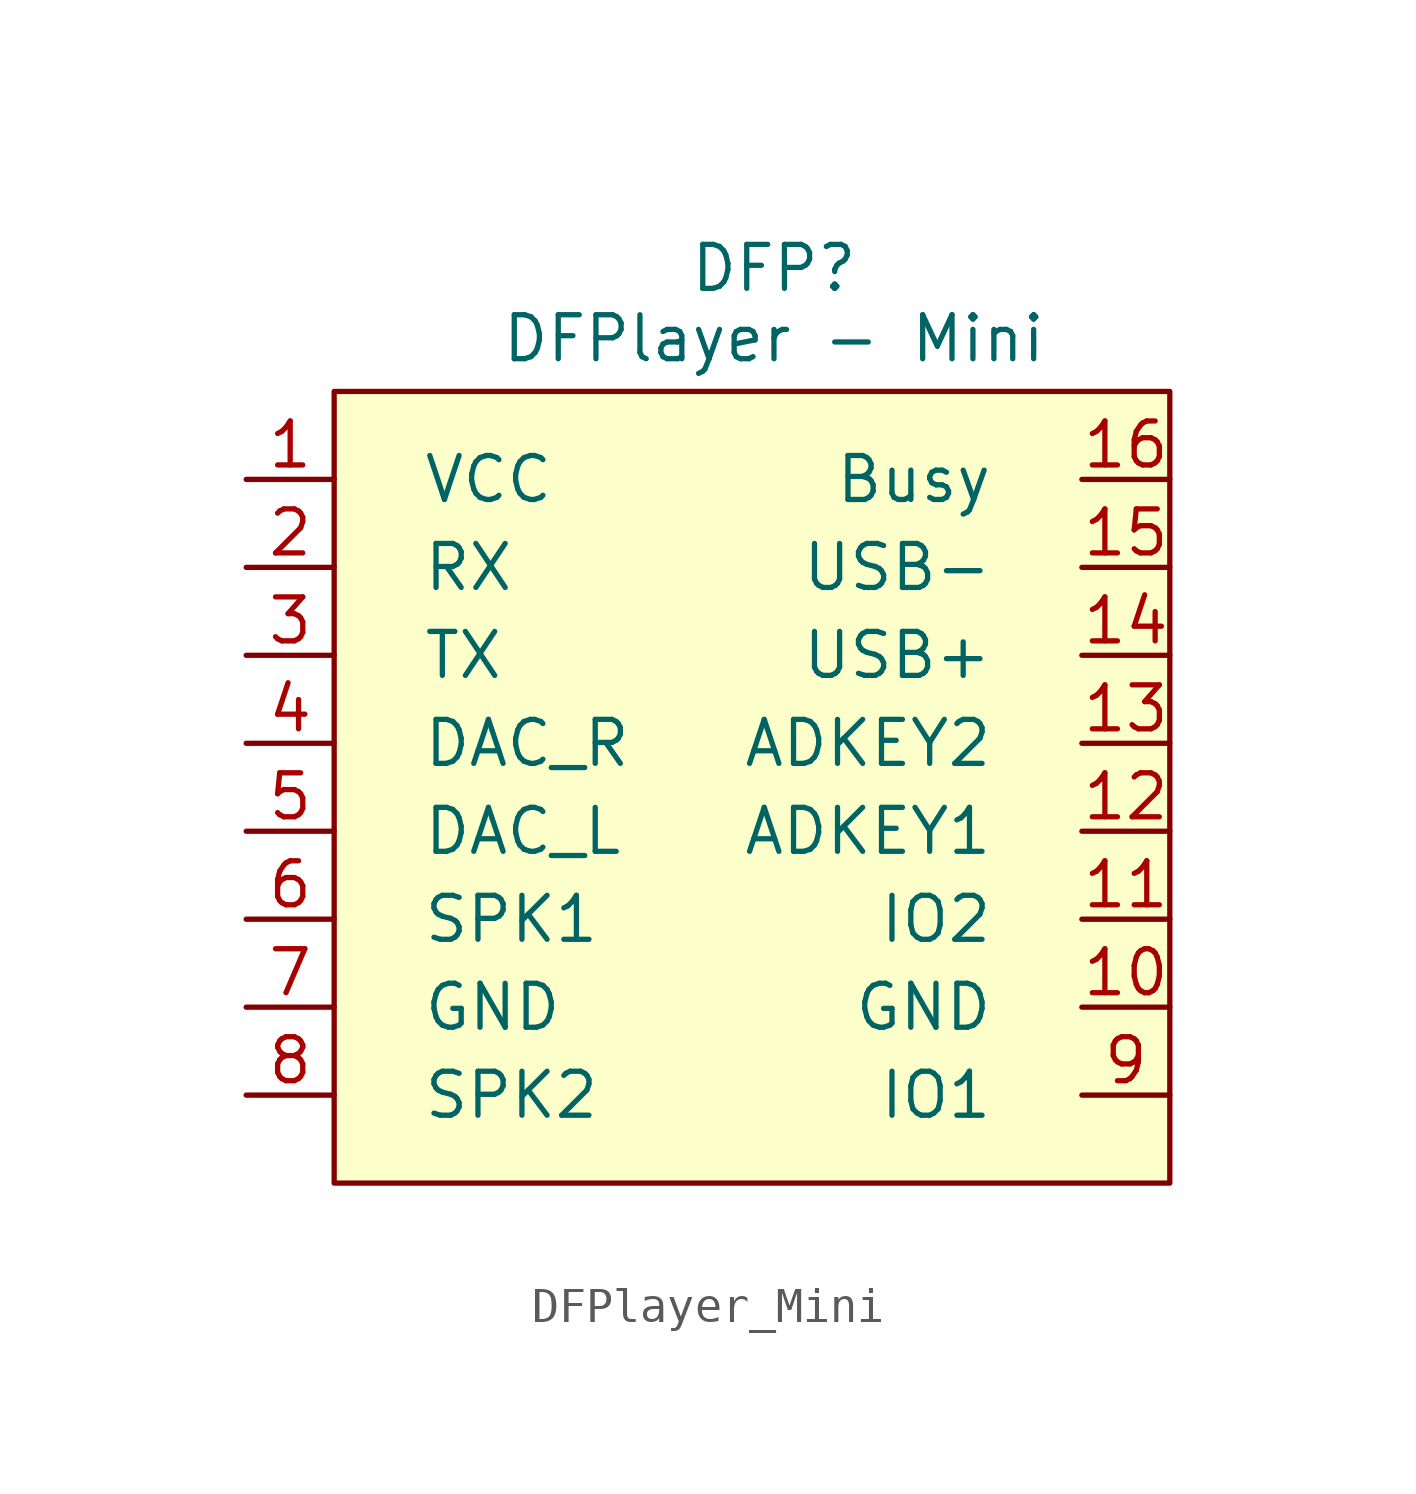
<source format=kicad_sym>
(kicad_symbol_lib
  (version 20241209)
  (generator "kicad_symbol_editor")
  (generator_version "9.0")
  (symbol "DFPlayer_Mini"
    (pin_names
      (offset 2.54))
    (property "Reference" "DFP"
      (at 0 3.556 0)
      (effects (font (size 1.27 1.27))))
    (property "Value" "DFPlayer - Mini"
      (at 0 1.524 0)
      (effects (font (size 1.27 1.27))))
    (symbol "DFPlayer_Mini_0_1"
      (rectangle (start -12.7 0) (end 11.43 -22.86) (stroke (width 0) (type default)) (fill (type color) (color 253 255 203 1))))
    (symbol "DFPlayer_Mini_1_1"
      (pin power_in line (at -15.24 -2.54 0) (length 2.54) (name "VCC" (effects (font (size 1.27 1.27)))) (number "1" (effects (font (size 1.27 1.27)))))
      (pin input line (at -15.24 -5.08 0) (length 2.54) (name "RX" (effects (font (size 1.27 1.27)))) (number "2" (effects (font (size 1.27 1.27)))))
      (pin output line (at -15.24 -7.62 0) (length 2.54) (name "TX" (effects (font (size 1.27 1.27)))) (number "3" (effects (font (size 1.27 1.27)))))
      (pin output line (at -15.24 -10.16 0) (length 2.54) (name "DAC_R" (effects (font (size 1.27 1.27)))) (number "4" (effects (font (size 1.27 1.27)))))
      (pin output line (at -15.24 -12.7 0) (length 2.54) (name "DAC_L" (effects (font (size 1.27 1.27)))) (number "5" (effects (font (size 1.27 1.27)))))
      (pin output line (at -15.24 -15.24 0) (length 2.54) (name "SPK1" (effects (font (size 1.27 1.27)))) (number "6" (effects (font (size 1.27 1.27)))))
      (pin power_in line (at -15.24 -17.78 0) (length 2.54) (name "GND" (effects (font (size 1.27 1.27)))) (number "7" (effects (font (size 1.27 1.27)))))
      (pin output line (at -15.24 -20.32 0) (length 2.54) (name "SPK2" (effects (font (size 1.27 1.27)))) (number "8" (effects (font (size 1.27 1.27)))))
      (pin output line (at 11.43 -2.54 180) (length 2.54) (name "Busy" (effects (font (size 1.27 1.27)))) (number "16" (effects (font (size 1.27 1.27)))))
      (pin power_out line (at 11.43 -5.08 180) (length 2.54) (name "USB-" (effects (font (size 1.27 1.27)))) (number "15" (effects (font (size 1.27 1.27)))))
      (pin power_out line (at 11.43 -7.62 180) (length 2.54) (name "USB+" (effects (font (size 1.27 1.27)))) (number "14" (effects (font (size 1.27 1.27)))))
      (pin input line (at 11.43 -10.16 180) (length 2.54) (name "ADKEY2" (effects (font (size 1.27 1.27)))) (number "13" (effects (font (size 1.27 1.27)))))
      (pin input line (at 11.43 -12.7 180) (length 2.54) (name "ADKEY1" (effects (font (size 1.27 1.27)))) (number "12" (effects (font (size 1.27 1.27)))))
      (pin input line (at 11.43 -15.24 180) (length 2.54) (name "IO2" (effects (font (size 1.27 1.27)))) (number "11" (effects (font (size 1.27 1.27)))))
      (pin power_in line (at 11.43 -17.78 180) (length 2.54) (name "GND" (effects (font (size 1.27 1.27)))) (number "10" (effects (font (size 1.27 1.27)))))
      (pin input line (at 11.43 -20.32 180) (length 2.54) (name "IO1" (effects (font (size 1.27 1.27)))) (number "9" (effects (font (size 1.27 1.27))))))))
</source>
